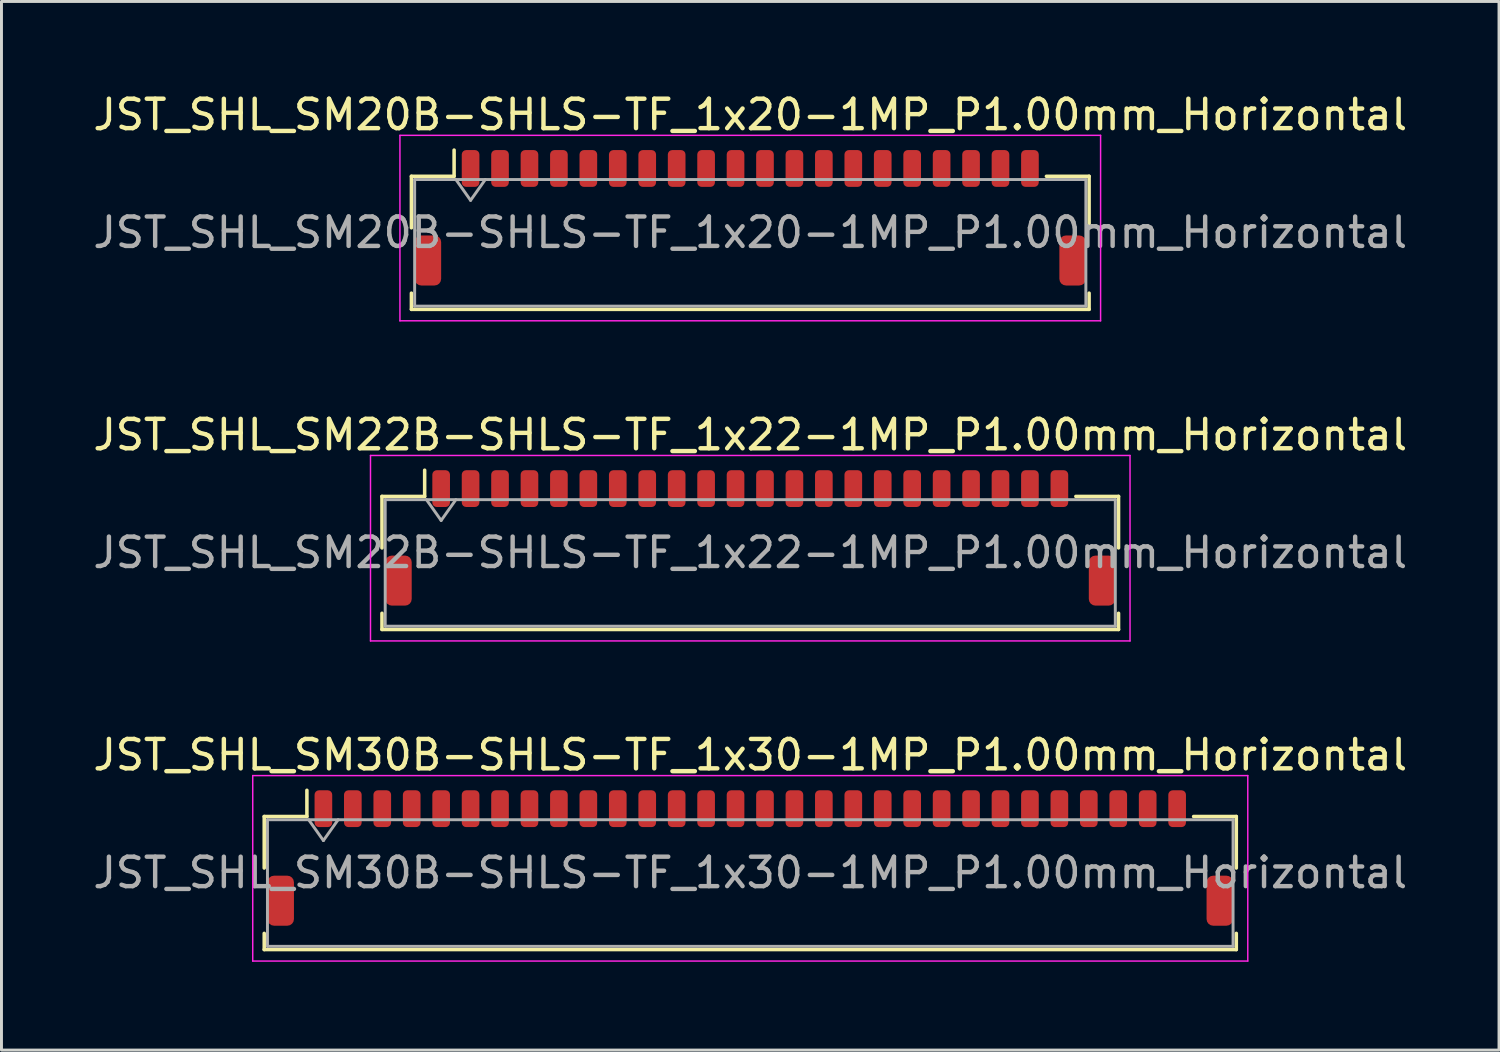
<source format=kicad_pcb>
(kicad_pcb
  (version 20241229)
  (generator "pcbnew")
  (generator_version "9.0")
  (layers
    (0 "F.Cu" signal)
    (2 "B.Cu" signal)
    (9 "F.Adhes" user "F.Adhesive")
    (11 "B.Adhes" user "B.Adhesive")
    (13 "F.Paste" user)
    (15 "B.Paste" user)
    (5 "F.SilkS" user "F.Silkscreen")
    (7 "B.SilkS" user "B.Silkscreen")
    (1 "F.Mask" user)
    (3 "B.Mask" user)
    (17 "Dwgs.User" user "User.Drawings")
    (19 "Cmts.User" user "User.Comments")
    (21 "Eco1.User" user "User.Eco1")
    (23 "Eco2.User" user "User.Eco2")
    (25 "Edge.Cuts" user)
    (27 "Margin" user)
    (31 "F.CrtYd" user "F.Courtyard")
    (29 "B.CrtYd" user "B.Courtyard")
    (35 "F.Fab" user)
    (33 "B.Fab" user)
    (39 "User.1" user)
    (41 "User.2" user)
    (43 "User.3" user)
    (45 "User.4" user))
  (footprint "JST_SHL_SM22B-SHLS-TF_1x22-1MP_P1.00mm_Horizontal"
    (layer "F.Cu")
    (at 22.435 15.222)
    (property "Reference" "JST_SHL_SM22B-SHLS-TF_1x22-1MP_P1.00mm_Horizontal" (at 0 -3.5 0) (layer "F.SilkS") (effects (font (size 1 1) (thickness 0.15))))
    (attr smd)
    (fp_line (start -12.51 -1.41) (end -11.06 -1.41) (stroke (width 0.12) (type solid)) (layer "F.SilkS"))
    (fp_line (start -12.51 0.34) (end -12.51 -1.41) (stroke (width 0.12) (type solid)) (layer "F.SilkS"))
    (fp_line (start -12.51 2.56) (end -12.51 3.11) (stroke (width 0.12) (type solid)) (layer "F.SilkS"))
    (fp_line (start -12.51 3.11) (end 12.51 3.11) (stroke (width 0.12) (type solid)) (layer "F.SilkS"))
    (fp_line (start -11.06 -1.41) (end -11.06 -2.3) (stroke (width 0.12) (type solid)) (layer "F.SilkS"))
    (fp_line (start 12.51 -1.41) (end 11.06 -1.41) (stroke (width 0.12) (type solid)) (layer "F.SilkS"))
    (fp_line (start 12.51 0.34) (end 12.51 -1.41) (stroke (width 0.12) (type solid)) (layer "F.SilkS"))
    (fp_line (start 12.51 3.11) (end 12.51 2.56) (stroke (width 0.12) (type solid)) (layer "F.SilkS"))
    (fp_line (start -12.9 -2.8) (end -12.9 3.5) (stroke (width 0.05) (type solid)) (layer "F.CrtYd"))
    (fp_line (start -12.9 3.5) (end 12.9 3.5) (stroke (width 0.05) (type solid)) (layer "F.CrtYd"))
    (fp_line (start 12.9 -2.8) (end -12.9 -2.8) (stroke (width 0.05) (type solid)) (layer "F.CrtYd"))
    (fp_line (start 12.9 3.5) (end 12.9 -2.8) (stroke (width 0.05) (type solid)) (layer "F.CrtYd"))
    (fp_line (start -12.4 -1.3) (end -12.4 3) (stroke (width 0.1) (type solid)) (layer "F.Fab"))
    (fp_line (start -12.4 -1.3) (end 12.4 -1.3) (stroke (width 0.1) (type solid)) (layer "F.Fab"))
    (fp_line (start -12.4 3) (end 12.4 3) (stroke (width 0.1) (type solid)) (layer "F.Fab"))
    (fp_line (start -11 -1.3) (end -10.5 -0.593) (stroke (width 0.1) (type solid)) (layer "F.Fab"))
    (fp_line (start -10.5 -0.593) (end -10 -1.3) (stroke (width 0.1) (type solid)) (layer "F.Fab"))
    (fp_line (start 12.4 -1.3) (end 12.4 3) (stroke (width 0.1) (type solid)) (layer "F.Fab"))
    (fp_text user "${REFERENCE}" (at 0 0.5 0) (layer "F.Fab") (effects (font (size 1 1) (thickness 0.15))))
    (pad "1" smd roundrect (at -10.5 -1.675) (size 0.6 1.25) (layers "F.Cu" "F.Mask" "F.Paste") (roundrect_rratio 0.25))
    (pad "2" smd roundrect (at -9.5 -1.675) (size 0.6 1.25) (layers "F.Cu" "F.Mask" "F.Paste") (roundrect_rratio 0.25))
    (pad "3" smd roundrect (at -8.5 -1.675) (size 0.6 1.25) (layers "F.Cu" "F.Mask" "F.Paste") (roundrect_rratio 0.25))
    (pad "4" smd roundrect (at -7.5 -1.675) (size 0.6 1.25) (layers "F.Cu" "F.Mask" "F.Paste") (roundrect_rratio 0.25))
    (pad "5" smd roundrect (at -6.5 -1.675) (size 0.6 1.25) (layers "F.Cu" "F.Mask" "F.Paste") (roundrect_rratio 0.25))
    (pad "6" smd roundrect (at -5.5 -1.675) (size 0.6 1.25) (layers "F.Cu" "F.Mask" "F.Paste") (roundrect_rratio 0.25))
    (pad "7" smd roundrect (at -4.5 -1.675) (size 0.6 1.25) (layers "F.Cu" "F.Mask" "F.Paste") (roundrect_rratio 0.25))
    (pad "8" smd roundrect (at -3.5 -1.675) (size 0.6 1.25) (layers "F.Cu" "F.Mask" "F.Paste") (roundrect_rratio 0.25))
    (pad "9" smd roundrect (at -2.5 -1.675) (size 0.6 1.25) (layers "F.Cu" "F.Mask" "F.Paste") (roundrect_rratio 0.25))
    (pad "10" smd roundrect (at -1.5 -1.675) (size 0.6 1.25) (layers "F.Cu" "F.Mask" "F.Paste") (roundrect_rratio 0.25))
    (pad "11" smd roundrect (at -0.5 -1.675) (size 0.6 1.25) (layers "F.Cu" "F.Mask" "F.Paste") (roundrect_rratio 0.25))
    (pad "12" smd roundrect (at 0.5 -1.675) (size 0.6 1.25) (layers "F.Cu" "F.Mask" "F.Paste") (roundrect_rratio 0.25))
    (pad "13" smd roundrect (at 1.5 -1.675) (size 0.6 1.25) (layers "F.Cu" "F.Mask" "F.Paste") (roundrect_rratio 0.25))
    (pad "14" smd roundrect (at 2.5 -1.675) (size 0.6 1.25) (layers "F.Cu" "F.Mask" "F.Paste") (roundrect_rratio 0.25))
    (pad "15" smd roundrect (at 3.5 -1.675) (size 0.6 1.25) (layers "F.Cu" "F.Mask" "F.Paste") (roundrect_rratio 0.25))
    (pad "16" smd roundrect (at 4.5 -1.675) (size 0.6 1.25) (layers "F.Cu" "F.Mask" "F.Paste") (roundrect_rratio 0.25))
    (pad "17" smd roundrect (at 5.5 -1.675) (size 0.6 1.25) (layers "F.Cu" "F.Mask" "F.Paste") (roundrect_rratio 0.25))
    (pad "18" smd roundrect (at 6.5 -1.675) (size 0.6 1.25) (layers "F.Cu" "F.Mask" "F.Paste") (roundrect_rratio 0.25))
    (pad "19" smd roundrect (at 7.5 -1.675) (size 0.6 1.25) (layers "F.Cu" "F.Mask" "F.Paste") (roundrect_rratio 0.25))
    (pad "20" smd roundrect (at 8.5 -1.675) (size 0.6 1.25) (layers "F.Cu" "F.Mask" "F.Paste") (roundrect_rratio 0.25))
    (pad "21" smd roundrect (at 9.5 -1.675) (size 0.6 1.25) (layers "F.Cu" "F.Mask" "F.Paste") (roundrect_rratio 0.25))
    (pad "22" smd roundrect (at 10.5 -1.675) (size 0.6 1.25) (layers "F.Cu" "F.Mask" "F.Paste") (roundrect_rratio 0.25))
    (pad "MP" smd roundrect (at -11.95 1.45) (size 0.9 1.7) (layers "F.Cu" "F.Mask" "F.Paste") (roundrect_rratio 0.25))
    (pad "MP" smd roundrect (at 11.95 1.45) (size 0.9 1.7) (layers "F.Cu" "F.Mask" "F.Paste") (roundrect_rratio 0.25)))
  (footprint "JST_SHL_SM30B-SHLS-TF_1x30-1MP_P1.00mm_Horizontal"
    (layer "F.Cu")
    (at 22.435 26.095)
    (property "Reference" "JST_SHL_SM30B-SHLS-TF_1x30-1MP_P1.00mm_Horizontal" (at 0 -3.5 0) (layer "F.SilkS") (effects (font (size 1 1) (thickness 0.15))))
    (attr smd)
    (fp_line (start -16.51 -1.41) (end -15.06 -1.41) (stroke (width 0.12) (type solid)) (layer "F.SilkS"))
    (fp_line (start -16.51 0.34) (end -16.51 -1.41) (stroke (width 0.12) (type solid)) (layer "F.SilkS"))
    (fp_line (start -16.51 2.56) (end -16.51 3.11) (stroke (width 0.12) (type solid)) (layer "F.SilkS"))
    (fp_line (start -16.51 3.11) (end 16.51 3.11) (stroke (width 0.12) (type solid)) (layer "F.SilkS"))
    (fp_line (start -15.06 -1.41) (end -15.06 -2.3) (stroke (width 0.12) (type solid)) (layer "F.SilkS"))
    (fp_line (start 16.51 -1.41) (end 15.06 -1.41) (stroke (width 0.12) (type solid)) (layer "F.SilkS"))
    (fp_line (start 16.51 0.34) (end 16.51 -1.41) (stroke (width 0.12) (type solid)) (layer "F.SilkS"))
    (fp_line (start 16.51 3.11) (end 16.51 2.56) (stroke (width 0.12) (type solid)) (layer "F.SilkS"))
    (fp_line (start -16.9 -2.8) (end -16.9 3.5) (stroke (width 0.05) (type solid)) (layer "F.CrtYd"))
    (fp_line (start -16.9 3.5) (end 16.9 3.5) (stroke (width 0.05) (type solid)) (layer "F.CrtYd"))
    (fp_line (start 16.9 -2.8) (end -16.9 -2.8) (stroke (width 0.05) (type solid)) (layer "F.CrtYd"))
    (fp_line (start 16.9 3.5) (end 16.9 -2.8) (stroke (width 0.05) (type solid)) (layer "F.CrtYd"))
    (fp_line (start -16.4 -1.3) (end -16.4 3) (stroke (width 0.1) (type solid)) (layer "F.Fab"))
    (fp_line (start -16.4 -1.3) (end 16.4 -1.3) (stroke (width 0.1) (type solid)) (layer "F.Fab"))
    (fp_line (start -16.4 3) (end 16.4 3) (stroke (width 0.1) (type solid)) (layer "F.Fab"))
    (fp_line (start -15 -1.3) (end -14.5 -0.593) (stroke (width 0.1) (type solid)) (layer "F.Fab"))
    (fp_line (start -14.5 -0.593) (end -14 -1.3) (stroke (width 0.1) (type solid)) (layer "F.Fab"))
    (fp_line (start 16.4 -1.3) (end 16.4 3) (stroke (width 0.1) (type solid)) (layer "F.Fab"))
    (fp_text user "${REFERENCE}" (at 0 0.5 0) (layer "F.Fab") (effects (font (size 1 1) (thickness 0.15))))
    (pad "1" smd roundrect (at -14.5 -1.675) (size 0.6 1.25) (layers "F.Cu" "F.Mask" "F.Paste") (roundrect_rratio 0.25))
    (pad "2" smd roundrect (at -13.5 -1.675) (size 0.6 1.25) (layers "F.Cu" "F.Mask" "F.Paste") (roundrect_rratio 0.25))
    (pad "3" smd roundrect (at -12.5 -1.675) (size 0.6 1.25) (layers "F.Cu" "F.Mask" "F.Paste") (roundrect_rratio 0.25))
    (pad "4" smd roundrect (at -11.5 -1.675) (size 0.6 1.25) (layers "F.Cu" "F.Mask" "F.Paste") (roundrect_rratio 0.25))
    (pad "5" smd roundrect (at -10.5 -1.675) (size 0.6 1.25) (layers "F.Cu" "F.Mask" "F.Paste") (roundrect_rratio 0.25))
    (pad "6" smd roundrect (at -9.5 -1.675) (size 0.6 1.25) (layers "F.Cu" "F.Mask" "F.Paste") (roundrect_rratio 0.25))
    (pad "7" smd roundrect (at -8.5 -1.675) (size 0.6 1.25) (layers "F.Cu" "F.Mask" "F.Paste") (roundrect_rratio 0.25))
    (pad "8" smd roundrect (at -7.5 -1.675) (size 0.6 1.25) (layers "F.Cu" "F.Mask" "F.Paste") (roundrect_rratio 0.25))
    (pad "9" smd roundrect (at -6.5 -1.675) (size 0.6 1.25) (layers "F.Cu" "F.Mask" "F.Paste") (roundrect_rratio 0.25))
    (pad "10" smd roundrect (at -5.5 -1.675) (size 0.6 1.25) (layers "F.Cu" "F.Mask" "F.Paste") (roundrect_rratio 0.25))
    (pad "11" smd roundrect (at -4.5 -1.675) (size 0.6 1.25) (layers "F.Cu" "F.Mask" "F.Paste") (roundrect_rratio 0.25))
    (pad "12" smd roundrect (at -3.5 -1.675) (size 0.6 1.25) (layers "F.Cu" "F.Mask" "F.Paste") (roundrect_rratio 0.25))
    (pad "13" smd roundrect (at -2.5 -1.675) (size 0.6 1.25) (layers "F.Cu" "F.Mask" "F.Paste") (roundrect_rratio 0.25))
    (pad "14" smd roundrect (at -1.5 -1.675) (size 0.6 1.25) (layers "F.Cu" "F.Mask" "F.Paste") (roundrect_rratio 0.25))
    (pad "15" smd roundrect (at -0.5 -1.675) (size 0.6 1.25) (layers "F.Cu" "F.Mask" "F.Paste") (roundrect_rratio 0.25))
    (pad "16" smd roundrect (at 0.5 -1.675) (size 0.6 1.25) (layers "F.Cu" "F.Mask" "F.Paste") (roundrect_rratio 0.25))
    (pad "17" smd roundrect (at 1.5 -1.675) (size 0.6 1.25) (layers "F.Cu" "F.Mask" "F.Paste") (roundrect_rratio 0.25))
    (pad "18" smd roundrect (at 2.5 -1.675) (size 0.6 1.25) (layers "F.Cu" "F.Mask" "F.Paste") (roundrect_rratio 0.25))
    (pad "19" smd roundrect (at 3.5 -1.675) (size 0.6 1.25) (layers "F.Cu" "F.Mask" "F.Paste") (roundrect_rratio 0.25))
    (pad "20" smd roundrect (at 4.5 -1.675) (size 0.6 1.25) (layers "F.Cu" "F.Mask" "F.Paste") (roundrect_rratio 0.25))
    (pad "21" smd roundrect (at 5.5 -1.675) (size 0.6 1.25) (layers "F.Cu" "F.Mask" "F.Paste") (roundrect_rratio 0.25))
    (pad "22" smd roundrect (at 6.5 -1.675) (size 0.6 1.25) (layers "F.Cu" "F.Mask" "F.Paste") (roundrect_rratio 0.25))
    (pad "23" smd roundrect (at 7.5 -1.675) (size 0.6 1.25) (layers "F.Cu" "F.Mask" "F.Paste") (roundrect_rratio 0.25))
    (pad "24" smd roundrect (at 8.5 -1.675) (size 0.6 1.25) (layers "F.Cu" "F.Mask" "F.Paste") (roundrect_rratio 0.25))
    (pad "25" smd roundrect (at 9.5 -1.675) (size 0.6 1.25) (layers "F.Cu" "F.Mask" "F.Paste") (roundrect_rratio 0.25))
    (pad "26" smd roundrect (at 10.5 -1.675) (size 0.6 1.25) (layers "F.Cu" "F.Mask" "F.Paste") (roundrect_rratio 0.25))
    (pad "27" smd roundrect (at 11.5 -1.675) (size 0.6 1.25) (layers "F.Cu" "F.Mask" "F.Paste") (roundrect_rratio 0.25))
    (pad "28" smd roundrect (at 12.5 -1.675) (size 0.6 1.25) (layers "F.Cu" "F.Mask" "F.Paste") (roundrect_rratio 0.25))
    (pad "29" smd roundrect (at 13.5 -1.675) (size 0.6 1.25) (layers "F.Cu" "F.Mask" "F.Paste") (roundrect_rratio 0.25))
    (pad "30" smd roundrect (at 14.5 -1.675) (size 0.6 1.25) (layers "F.Cu" "F.Mask" "F.Paste") (roundrect_rratio 0.25))
    (pad "MP" smd roundrect (at -15.95 1.45) (size 0.9 1.7) (layers "F.Cu" "F.Mask" "F.Paste") (roundrect_rratio 0.25))
    (pad "MP" smd roundrect (at 15.95 1.45) (size 0.9 1.7) (layers "F.Cu" "F.Mask" "F.Paste") (roundrect_rratio 0.25)))
  (footprint "JST_SHL_SM20B-SHLS-TF_1x20-1MP_P1.00mm_Horizontal"
    (layer "F.Cu")
    (at 22.435 4.348)
    (property "Reference" "JST_SHL_SM20B-SHLS-TF_1x20-1MP_P1.00mm_Horizontal" (at 0 -3.5 0) (layer "F.SilkS") (effects (font (size 1 1) (thickness 0.15))))
    (attr smd)
    (fp_line (start -11.51 -1.41) (end -10.06 -1.41) (stroke (width 0.12) (type solid)) (layer "F.SilkS"))
    (fp_line (start -11.51 0.34) (end -11.51 -1.41) (stroke (width 0.12) (type solid)) (layer "F.SilkS"))
    (fp_line (start -11.51 2.56) (end -11.51 3.11) (stroke (width 0.12) (type solid)) (layer "F.SilkS"))
    (fp_line (start -11.51 3.11) (end 11.51 3.11) (stroke (width 0.12) (type solid)) (layer "F.SilkS"))
    (fp_line (start -10.06 -1.41) (end -10.06 -2.3) (stroke (width 0.12) (type solid)) (layer "F.SilkS"))
    (fp_line (start 11.51 -1.41) (end 10.06 -1.41) (stroke (width 0.12) (type solid)) (layer "F.SilkS"))
    (fp_line (start 11.51 0.34) (end 11.51 -1.41) (stroke (width 0.12) (type solid)) (layer "F.SilkS"))
    (fp_line (start 11.51 3.11) (end 11.51 2.56) (stroke (width 0.12) (type solid)) (layer "F.SilkS"))
    (fp_line (start -11.9 -2.8) (end -11.9 3.5) (stroke (width 0.05) (type solid)) (layer "F.CrtYd"))
    (fp_line (start -11.9 3.5) (end 11.9 3.5) (stroke (width 0.05) (type solid)) (layer "F.CrtYd"))
    (fp_line (start 11.9 -2.8) (end -11.9 -2.8) (stroke (width 0.05) (type solid)) (layer "F.CrtYd"))
    (fp_line (start 11.9 3.5) (end 11.9 -2.8) (stroke (width 0.05) (type solid)) (layer "F.CrtYd"))
    (fp_line (start -11.4 -1.3) (end -11.4 3) (stroke (width 0.1) (type solid)) (layer "F.Fab"))
    (fp_line (start -11.4 -1.3) (end 11.4 -1.3) (stroke (width 0.1) (type solid)) (layer "F.Fab"))
    (fp_line (start -11.4 3) (end 11.4 3) (stroke (width 0.1) (type solid)) (layer "F.Fab"))
    (fp_line (start -10 -1.3) (end -9.5 -0.593) (stroke (width 0.1) (type solid)) (layer "F.Fab"))
    (fp_line (start -9.5 -0.593) (end -9 -1.3) (stroke (width 0.1) (type solid)) (layer "F.Fab"))
    (fp_line (start 11.4 -1.3) (end 11.4 3) (stroke (width 0.1) (type solid)) (layer "F.Fab"))
    (fp_text user "${REFERENCE}" (at 0 0.5 0) (layer "F.Fab") (effects (font (size 1 1) (thickness 0.15))))
    (pad "1" smd roundrect (at -9.5 -1.675) (size 0.6 1.25) (layers "F.Cu" "F.Mask" "F.Paste") (roundrect_rratio 0.25))
    (pad "2" smd roundrect (at -8.5 -1.675) (size 0.6 1.25) (layers "F.Cu" "F.Mask" "F.Paste") (roundrect_rratio 0.25))
    (pad "3" smd roundrect (at -7.5 -1.675) (size 0.6 1.25) (layers "F.Cu" "F.Mask" "F.Paste") (roundrect_rratio 0.25))
    (pad "4" smd roundrect (at -6.5 -1.675) (size 0.6 1.25) (layers "F.Cu" "F.Mask" "F.Paste") (roundrect_rratio 0.25))
    (pad "5" smd roundrect (at -5.5 -1.675) (size 0.6 1.25) (layers "F.Cu" "F.Mask" "F.Paste") (roundrect_rratio 0.25))
    (pad "6" smd roundrect (at -4.5 -1.675) (size 0.6 1.25) (layers "F.Cu" "F.Mask" "F.Paste") (roundrect_rratio 0.25))
    (pad "7" smd roundrect (at -3.5 -1.675) (size 0.6 1.25) (layers "F.Cu" "F.Mask" "F.Paste") (roundrect_rratio 0.25))
    (pad "8" smd roundrect (at -2.5 -1.675) (size 0.6 1.25) (layers "F.Cu" "F.Mask" "F.Paste") (roundrect_rratio 0.25))
    (pad "9" smd roundrect (at -1.5 -1.675) (size 0.6 1.25) (layers "F.Cu" "F.Mask" "F.Paste") (roundrect_rratio 0.25))
    (pad "10" smd roundrect (at -0.5 -1.675) (size 0.6 1.25) (layers "F.Cu" "F.Mask" "F.Paste") (roundrect_rratio 0.25))
    (pad "11" smd roundrect (at 0.5 -1.675) (size 0.6 1.25) (layers "F.Cu" "F.Mask" "F.Paste") (roundrect_rratio 0.25))
    (pad "12" smd roundrect (at 1.5 -1.675) (size 0.6 1.25) (layers "F.Cu" "F.Mask" "F.Paste") (roundrect_rratio 0.25))
    (pad "13" smd roundrect (at 2.5 -1.675) (size 0.6 1.25) (layers "F.Cu" "F.Mask" "F.Paste") (roundrect_rratio 0.25))
    (pad "14" smd roundrect (at 3.5 -1.675) (size 0.6 1.25) (layers "F.Cu" "F.Mask" "F.Paste") (roundrect_rratio 0.25))
    (pad "15" smd roundrect (at 4.5 -1.675) (size 0.6 1.25) (layers "F.Cu" "F.Mask" "F.Paste") (roundrect_rratio 0.25))
    (pad "16" smd roundrect (at 5.5 -1.675) (size 0.6 1.25) (layers "F.Cu" "F.Mask" "F.Paste") (roundrect_rratio 0.25))
    (pad "17" smd roundrect (at 6.5 -1.675) (size 0.6 1.25) (layers "F.Cu" "F.Mask" "F.Paste") (roundrect_rratio 0.25))
    (pad "18" smd roundrect (at 7.5 -1.675) (size 0.6 1.25) (layers "F.Cu" "F.Mask" "F.Paste") (roundrect_rratio 0.25))
    (pad "19" smd roundrect (at 8.5 -1.675) (size 0.6 1.25) (layers "F.Cu" "F.Mask" "F.Paste") (roundrect_rratio 0.25))
    (pad "20" smd roundrect (at 9.5 -1.675) (size 0.6 1.25) (layers "F.Cu" "F.Mask" "F.Paste") (roundrect_rratio 0.25))
    (pad "MP" smd roundrect (at -10.95 1.45) (size 0.9 1.7) (layers "F.Cu" "F.Mask" "F.Paste") (roundrect_rratio 0.25))
    (pad "MP" smd roundrect (at 10.95 1.45) (size 0.9 1.7) (layers "F.Cu" "F.Mask" "F.Paste") (roundrect_rratio 0.25)))
  (gr_rect
    (start -3 -3)
    (end 47.869 32.62)
    (stroke (width 0.1) (type default))
    (fill no)
    (layer "Edge.Cuts")))
</source>
